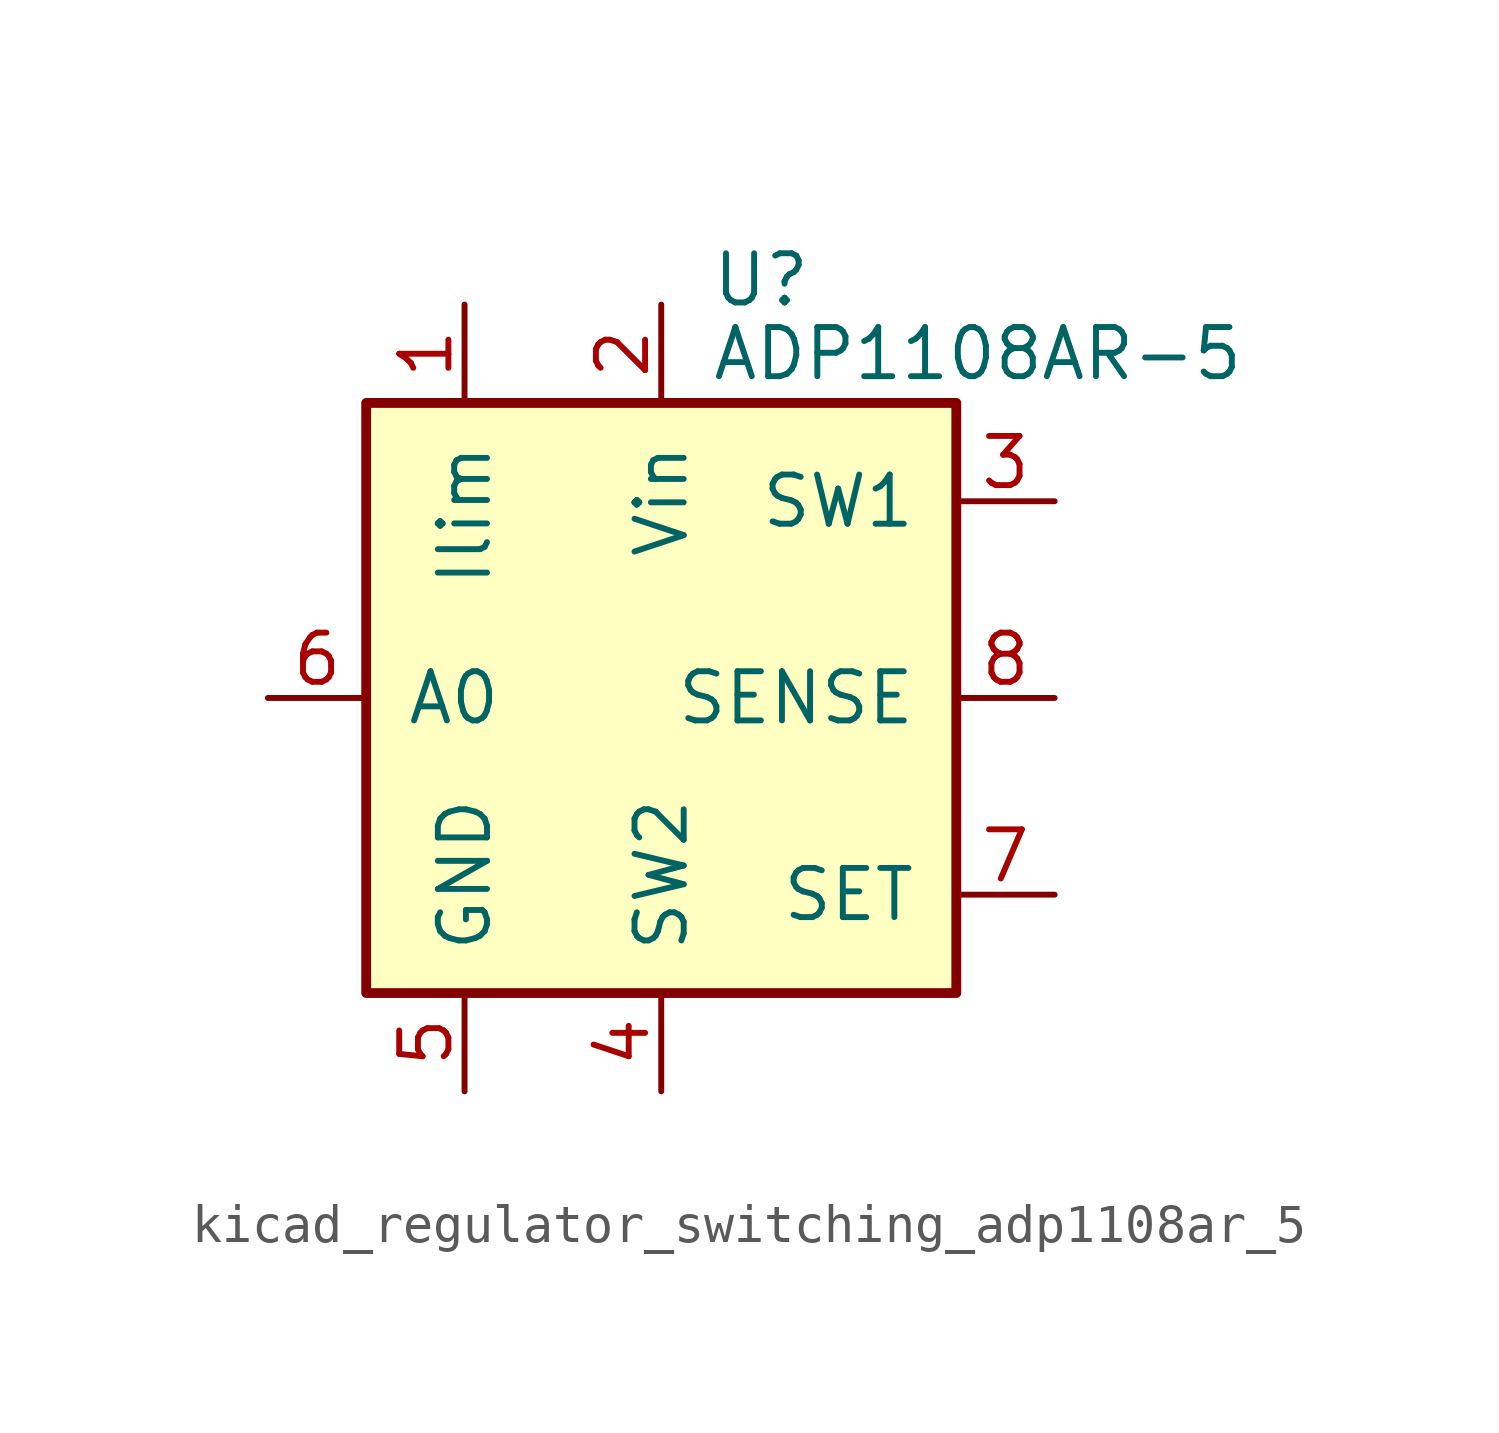
<source format=kicad_sym>
(kicad_symbol_lib
  (version 20220914)
  (generator kicad_symbol_editor)
  (symbol "kicad_regulator_switching_adp1108ar_5"
    (pin_names
      (offset 1.016))
    (property "Reference" "U"
      (at 1.27 10.795 0)
      (effects (font (size 1.27 1.27)) (justify left)))
    (property "Value" "ADP1108AR-5"
      (at 1.27 8.89 0)
      (effects (font (size 1.27 1.27)) (justify left)))
    (symbol "kicad_regulator_switching_adp1108ar_5_0_1"
      (rectangle (start -7.62 7.62) (end 7.62 -7.62) (stroke (width 0.254) (type default)) (fill (type background))))
    (symbol "kicad_regulator_switching_adp1108ar_5_1_1"
      (pin input line (at -5.08 10.16 270) (length 2.54) (name "Ilim" (effects (font (size 1.27 1.27)))) (number "1" (effects (font (size 1.27 1.27)))))
      (pin power_in line (at 0 10.16 270) (length 2.54) (name "Vin" (effects (font (size 1.27 1.27)))) (number "2" (effects (font (size 1.27 1.27)))))
      (pin input line (at 10.16 5.08 180) (length 2.54) (name "SW1" (effects (font (size 1.27 1.27)))) (number "3" (effects (font (size 1.27 1.27)))))
      (pin input line (at 0 -10.16 90) (length 2.54) (name "SW2" (effects (font (size 1.27 1.27)))) (number "4" (effects (font (size 1.27 1.27)))))
      (pin power_in line (at -5.08 -10.16 90) (length 2.54) (name "GND" (effects (font (size 1.27 1.27)))) (number "5" (effects (font (size 1.27 1.27)))))
      (pin output line (at -10.16 0 0) (length 2.54) (name "A0" (effects (font (size 1.27 1.27)))) (number "6" (effects (font (size 1.27 1.27)))))
      (pin input line (at 10.16 -5.08 180) (length 2.54) (name "SET" (effects (font (size 1.27 1.27)))) (number "7" (effects (font (size 1.27 1.27)))))
      (pin input line (at 10.16 0 180) (length 2.54) (name "SENSE" (effects (font (size 1.27 1.27)))) (number "8" (effects (font (size 1.27 1.27))))))))
</source>
